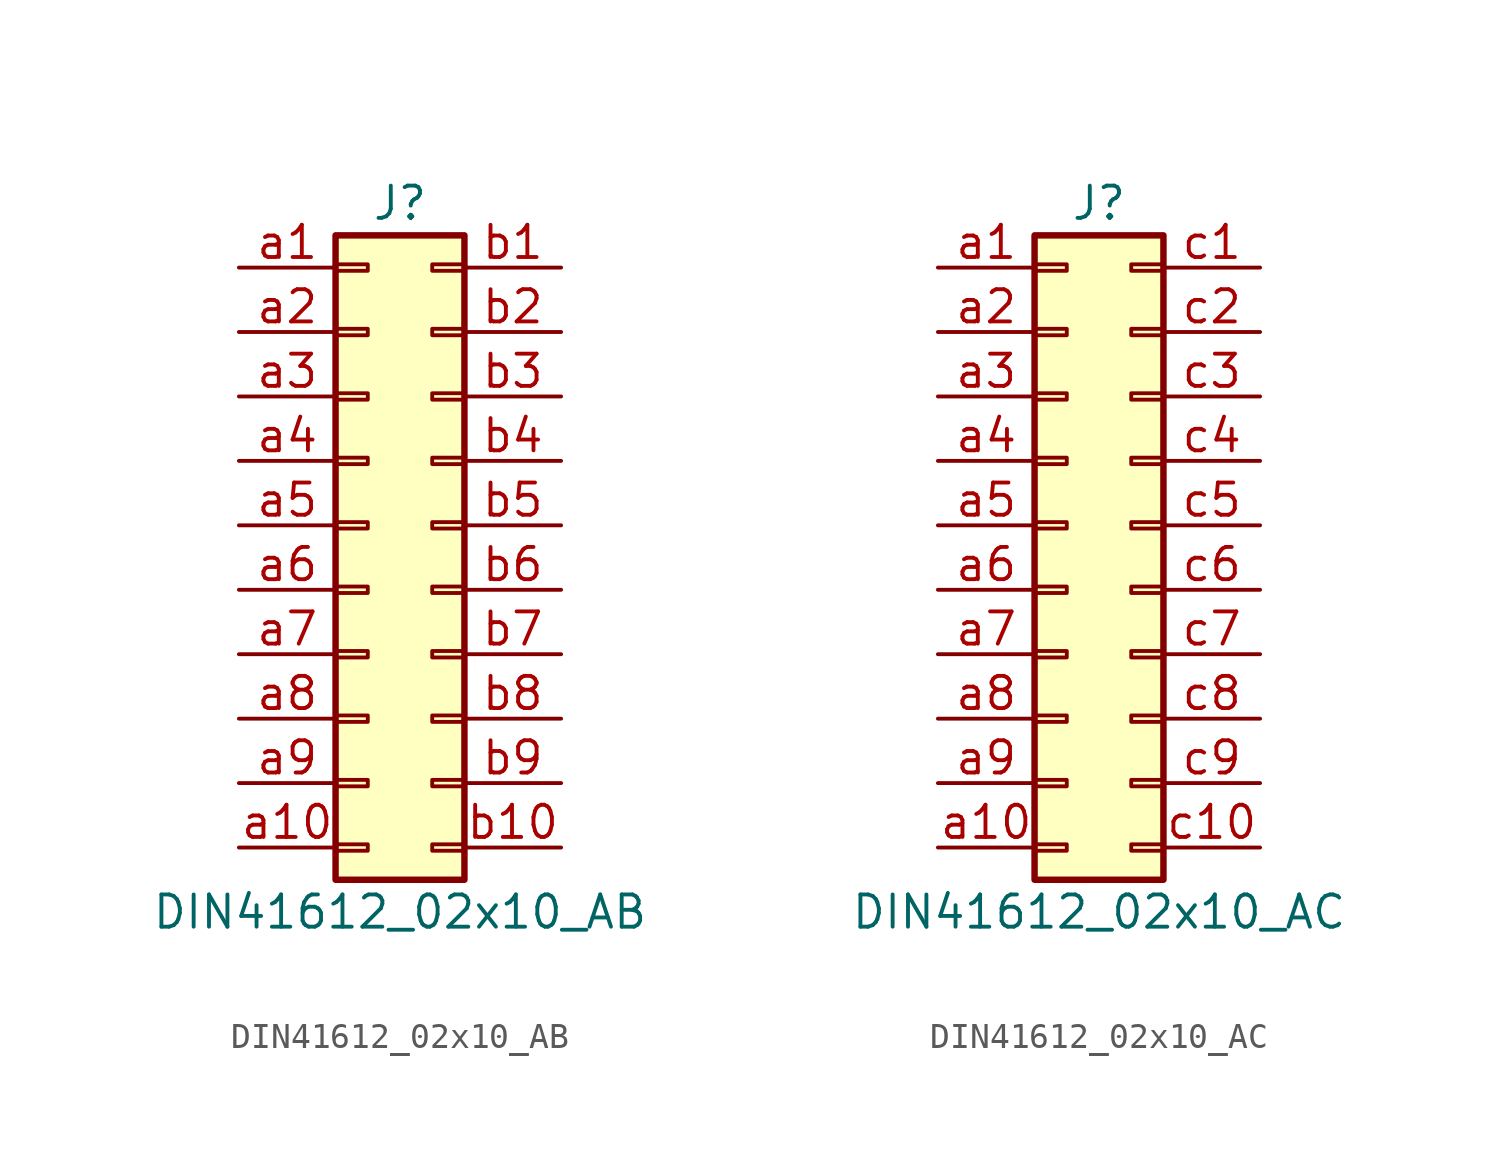
<source format=kicad_sym>
(kicad_symbol_lib
  (version 20211014)
  (generator kicad_symbol_editor)
  (symbol "DIN41612_02x10_AB"
    (pin_names
      (offset 1.016) hide)
    (property "Reference" "J"
      (at 1.27 12.7 0)
      (effects (font (size 1.27 1.27))))
    (property "Value" "DIN41612_02x10_AB"
      (at 1.27 -15.24 0)
      (effects (font (size 1.27 1.27))))
    (symbol "DIN41612_02x10_AB_1_1"
      (rectangle (start -1.27 -12.573) (end 0 -12.827) (stroke (width 0.152) (type default) (color 0 0 0 0)) (fill (type none)))
      (rectangle (start -1.27 -10.033) (end 0 -10.287) (stroke (width 0.152) (type default) (color 0 0 0 0)) (fill (type none)))
      (rectangle (start -1.27 -7.493) (end 0 -7.747) (stroke (width 0.152) (type default) (color 0 0 0 0)) (fill (type none)))
      (rectangle (start -1.27 -4.953) (end 0 -5.207) (stroke (width 0.152) (type default) (color 0 0 0 0)) (fill (type none)))
      (rectangle (start -1.27 -2.413) (end 0 -2.667) (stroke (width 0.152) (type default) (color 0 0 0 0)) (fill (type none)))
      (rectangle (start -1.27 0.127) (end 0 -0.127) (stroke (width 0.152) (type default) (color 0 0 0 0)) (fill (type none)))
      (rectangle (start -1.27 2.667) (end 0 2.413) (stroke (width 0.152) (type default) (color 0 0 0 0)) (fill (type none)))
      (rectangle (start -1.27 5.207) (end 0 4.953) (stroke (width 0.152) (type default) (color 0 0 0 0)) (fill (type none)))
      (rectangle (start -1.27 7.747) (end 0 7.493) (stroke (width 0.152) (type default) (color 0 0 0 0)) (fill (type none)))
      (rectangle (start -1.27 10.287) (end 0 10.033) (stroke (width 0.152) (type default) (color 0 0 0 0)) (fill (type none)))
      (rectangle (start -1.27 11.43) (end 3.81 -13.97) (stroke (width 0.254) (type default) (color 0 0 0 0)) (fill (type background)))
      (rectangle (start 3.81 -12.573) (end 2.54 -12.827) (stroke (width 0.152) (type default) (color 0 0 0 0)) (fill (type none)))
      (rectangle (start 3.81 -10.033) (end 2.54 -10.287) (stroke (width 0.152) (type default) (color 0 0 0 0)) (fill (type none)))
      (rectangle (start 3.81 -7.493) (end 2.54 -7.747) (stroke (width 0.152) (type default) (color 0 0 0 0)) (fill (type none)))
      (rectangle (start 3.81 -4.953) (end 2.54 -5.207) (stroke (width 0.152) (type default) (color 0 0 0 0)) (fill (type none)))
      (rectangle (start 3.81 -2.413) (end 2.54 -2.667) (stroke (width 0.152) (type default) (color 0 0 0 0)) (fill (type none)))
      (rectangle (start 3.81 0.127) (end 2.54 -0.127) (stroke (width 0.152) (type default) (color 0 0 0 0)) (fill (type none)))
      (rectangle (start 3.81 2.667) (end 2.54 2.413) (stroke (width 0.152) (type default) (color 0 0 0 0)) (fill (type none)))
      (rectangle (start 3.81 5.207) (end 2.54 4.953) (stroke (width 0.152) (type default) (color 0 0 0 0)) (fill (type none)))
      (rectangle (start 3.81 7.747) (end 2.54 7.493) (stroke (width 0.152) (type default) (color 0 0 0 0)) (fill (type none)))
      (rectangle (start 3.81 10.287) (end 2.54 10.033) (stroke (width 0.152) (type default) (color 0 0 0 0)) (fill (type none)))
      (pin passive line (at -5.08 10.16 0) (length 3.81) (name "Pin_a1" (effects (font (size 1.27 1.27)))) (number "a1" (effects (font (size 1.27 1.27)))))
      (pin passive line (at -5.08 -12.7 0) (length 3.81) (name "Pin_a10" (effects (font (size 1.27 1.27)))) (number "a10" (effects (font (size 1.27 1.27)))))
      (pin passive line (at -5.08 7.62 0) (length 3.81) (name "Pin_a2" (effects (font (size 1.27 1.27)))) (number "a2" (effects (font (size 1.27 1.27)))))
      (pin passive line (at -5.08 5.08 0) (length 3.81) (name "Pin_a3" (effects (font (size 1.27 1.27)))) (number "a3" (effects (font (size 1.27 1.27)))))
      (pin passive line (at -5.08 2.54 0) (length 3.81) (name "Pin_a4" (effects (font (size 1.27 1.27)))) (number "a4" (effects (font (size 1.27 1.27)))))
      (pin passive line (at -5.08 0 0) (length 3.81) (name "Pin_a5" (effects (font (size 1.27 1.27)))) (number "a5" (effects (font (size 1.27 1.27)))))
      (pin passive line (at -5.08 -2.54 0) (length 3.81) (name "Pin_a6" (effects (font (size 1.27 1.27)))) (number "a6" (effects (font (size 1.27 1.27)))))
      (pin passive line (at -5.08 -5.08 0) (length 3.81) (name "Pin_a7" (effects (font (size 1.27 1.27)))) (number "a7" (effects (font (size 1.27 1.27)))))
      (pin passive line (at -5.08 -7.62 0) (length 3.81) (name "Pin_a8" (effects (font (size 1.27 1.27)))) (number "a8" (effects (font (size 1.27 1.27)))))
      (pin passive line (at -5.08 -10.16 0) (length 3.81) (name "Pin_a9" (effects (font (size 1.27 1.27)))) (number "a9" (effects (font (size 1.27 1.27)))))
      (pin passive line (at 7.62 10.16 180) (length 3.81) (name "Pin_b1" (effects (font (size 1.27 1.27)))) (number "b1" (effects (font (size 1.27 1.27)))))
      (pin passive line (at 7.62 -12.7 180) (length 3.81) (name "Pin_b10" (effects (font (size 1.27 1.27)))) (number "b10" (effects (font (size 1.27 1.27)))))
      (pin passive line (at 7.62 7.62 180) (length 3.81) (name "Pin_b2" (effects (font (size 1.27 1.27)))) (number "b2" (effects (font (size 1.27 1.27)))))
      (pin passive line (at 7.62 5.08 180) (length 3.81) (name "Pin_b3" (effects (font (size 1.27 1.27)))) (number "b3" (effects (font (size 1.27 1.27)))))
      (pin passive line (at 7.62 2.54 180) (length 3.81) (name "Pin_b4" (effects (font (size 1.27 1.27)))) (number "b4" (effects (font (size 1.27 1.27)))))
      (pin passive line (at 7.62 0 180) (length 3.81) (name "Pin_b5" (effects (font (size 1.27 1.27)))) (number "b5" (effects (font (size 1.27 1.27)))))
      (pin passive line (at 7.62 -2.54 180) (length 3.81) (name "Pin_b6" (effects (font (size 1.27 1.27)))) (number "b6" (effects (font (size 1.27 1.27)))))
      (pin passive line (at 7.62 -5.08 180) (length 3.81) (name "Pin_b7" (effects (font (size 1.27 1.27)))) (number "b7" (effects (font (size 1.27 1.27)))))
      (pin passive line (at 7.62 -7.62 180) (length 3.81) (name "Pin_b8" (effects (font (size 1.27 1.27)))) (number "b8" (effects (font (size 1.27 1.27)))))
      (pin passive line (at 7.62 -10.16 180) (length 3.81) (name "Pin_b9" (effects (font (size 1.27 1.27)))) (number "b9" (effects (font (size 1.27 1.27)))))))
  (symbol "DIN41612_02x10_AC"
    (pin_names
      (offset 1.016) hide)
    (property "Reference" "J"
      (at 1.27 12.7 0)
      (effects (font (size 1.27 1.27))))
    (property "Value" "DIN41612_02x10_AC"
      (at 1.27 -15.24 0)
      (effects (font (size 1.27 1.27))))
    (symbol "DIN41612_02x10_AC_1_1"
      (rectangle (start -1.27 -12.573) (end 0 -12.827) (stroke (width 0.152) (type default) (color 0 0 0 0)) (fill (type none)))
      (rectangle (start -1.27 -10.033) (end 0 -10.287) (stroke (width 0.152) (type default) (color 0 0 0 0)) (fill (type none)))
      (rectangle (start -1.27 -7.493) (end 0 -7.747) (stroke (width 0.152) (type default) (color 0 0 0 0)) (fill (type none)))
      (rectangle (start -1.27 -4.953) (end 0 -5.207) (stroke (width 0.152) (type default) (color 0 0 0 0)) (fill (type none)))
      (rectangle (start -1.27 -2.413) (end 0 -2.667) (stroke (width 0.152) (type default) (color 0 0 0 0)) (fill (type none)))
      (rectangle (start -1.27 0.127) (end 0 -0.127) (stroke (width 0.152) (type default) (color 0 0 0 0)) (fill (type none)))
      (rectangle (start -1.27 2.667) (end 0 2.413) (stroke (width 0.152) (type default) (color 0 0 0 0)) (fill (type none)))
      (rectangle (start -1.27 5.207) (end 0 4.953) (stroke (width 0.152) (type default) (color 0 0 0 0)) (fill (type none)))
      (rectangle (start -1.27 7.747) (end 0 7.493) (stroke (width 0.152) (type default) (color 0 0 0 0)) (fill (type none)))
      (rectangle (start -1.27 10.287) (end 0 10.033) (stroke (width 0.152) (type default) (color 0 0 0 0)) (fill (type none)))
      (rectangle (start -1.27 11.43) (end 3.81 -13.97) (stroke (width 0.254) (type default) (color 0 0 0 0)) (fill (type background)))
      (rectangle (start 3.81 -12.573) (end 2.54 -12.827) (stroke (width 0.152) (type default) (color 0 0 0 0)) (fill (type none)))
      (rectangle (start 3.81 -10.033) (end 2.54 -10.287) (stroke (width 0.152) (type default) (color 0 0 0 0)) (fill (type none)))
      (rectangle (start 3.81 -7.493) (end 2.54 -7.747) (stroke (width 0.152) (type default) (color 0 0 0 0)) (fill (type none)))
      (rectangle (start 3.81 -4.953) (end 2.54 -5.207) (stroke (width 0.152) (type default) (color 0 0 0 0)) (fill (type none)))
      (rectangle (start 3.81 -2.413) (end 2.54 -2.667) (stroke (width 0.152) (type default) (color 0 0 0 0)) (fill (type none)))
      (rectangle (start 3.81 0.127) (end 2.54 -0.127) (stroke (width 0.152) (type default) (color 0 0 0 0)) (fill (type none)))
      (rectangle (start 3.81 2.667) (end 2.54 2.413) (stroke (width 0.152) (type default) (color 0 0 0 0)) (fill (type none)))
      (rectangle (start 3.81 5.207) (end 2.54 4.953) (stroke (width 0.152) (type default) (color 0 0 0 0)) (fill (type none)))
      (rectangle (start 3.81 7.747) (end 2.54 7.493) (stroke (width 0.152) (type default) (color 0 0 0 0)) (fill (type none)))
      (rectangle (start 3.81 10.287) (end 2.54 10.033) (stroke (width 0.152) (type default) (color 0 0 0 0)) (fill (type none)))
      (pin passive line (at -5.08 10.16 0) (length 3.81) (name "Pin_a1" (effects (font (size 1.27 1.27)))) (number "a1" (effects (font (size 1.27 1.27)))))
      (pin passive line (at -5.08 -12.7 0) (length 3.81) (name "Pin_a10" (effects (font (size 1.27 1.27)))) (number "a10" (effects (font (size 1.27 1.27)))))
      (pin passive line (at -5.08 7.62 0) (length 3.81) (name "Pin_a2" (effects (font (size 1.27 1.27)))) (number "a2" (effects (font (size 1.27 1.27)))))
      (pin passive line (at -5.08 5.08 0) (length 3.81) (name "Pin_a3" (effects (font (size 1.27 1.27)))) (number "a3" (effects (font (size 1.27 1.27)))))
      (pin passive line (at -5.08 2.54 0) (length 3.81) (name "Pin_a4" (effects (font (size 1.27 1.27)))) (number "a4" (effects (font (size 1.27 1.27)))))
      (pin passive line (at -5.08 0 0) (length 3.81) (name "Pin_a5" (effects (font (size 1.27 1.27)))) (number "a5" (effects (font (size 1.27 1.27)))))
      (pin passive line (at -5.08 -2.54 0) (length 3.81) (name "Pin_a6" (effects (font (size 1.27 1.27)))) (number "a6" (effects (font (size 1.27 1.27)))))
      (pin passive line (at -5.08 -5.08 0) (length 3.81) (name "Pin_a7" (effects (font (size 1.27 1.27)))) (number "a7" (effects (font (size 1.27 1.27)))))
      (pin passive line (at -5.08 -7.62 0) (length 3.81) (name "Pin_a8" (effects (font (size 1.27 1.27)))) (number "a8" (effects (font (size 1.27 1.27)))))
      (pin passive line (at -5.08 -10.16 0) (length 3.81) (name "Pin_a9" (effects (font (size 1.27 1.27)))) (number "a9" (effects (font (size 1.27 1.27)))))
      (pin passive line (at 7.62 10.16 180) (length 3.81) (name "Pin_c1" (effects (font (size 1.27 1.27)))) (number "c1" (effects (font (size 1.27 1.27)))))
      (pin passive line (at 7.62 -12.7 180) (length 3.81) (name "Pin_c10" (effects (font (size 1.27 1.27)))) (number "c10" (effects (font (size 1.27 1.27)))))
      (pin passive line (at 7.62 7.62 180) (length 3.81) (name "Pin_c2" (effects (font (size 1.27 1.27)))) (number "c2" (effects (font (size 1.27 1.27)))))
      (pin passive line (at 7.62 5.08 180) (length 3.81) (name "Pin_c3" (effects (font (size 1.27 1.27)))) (number "c3" (effects (font (size 1.27 1.27)))))
      (pin passive line (at 7.62 2.54 180) (length 3.81) (name "Pin_c4" (effects (font (size 1.27 1.27)))) (number "c4" (effects (font (size 1.27 1.27)))))
      (pin passive line (at 7.62 0 180) (length 3.81) (name "Pin_c5" (effects (font (size 1.27 1.27)))) (number "c5" (effects (font (size 1.27 1.27)))))
      (pin passive line (at 7.62 -2.54 180) (length 3.81) (name "Pin_c6" (effects (font (size 1.27 1.27)))) (number "c6" (effects (font (size 1.27 1.27)))))
      (pin passive line (at 7.62 -5.08 180) (length 3.81) (name "Pin_c7" (effects (font (size 1.27 1.27)))) (number "c7" (effects (font (size 1.27 1.27)))))
      (pin passive line (at 7.62 -7.62 180) (length 3.81) (name "Pin_c8" (effects (font (size 1.27 1.27)))) (number "c8" (effects (font (size 1.27 1.27)))))
      (pin passive line (at 7.62 -10.16 180) (length 3.81) (name "Pin_c9" (effects (font (size 1.27 1.27)))) (number "c9" (effects (font (size 1.27 1.27))))))))
</source>
